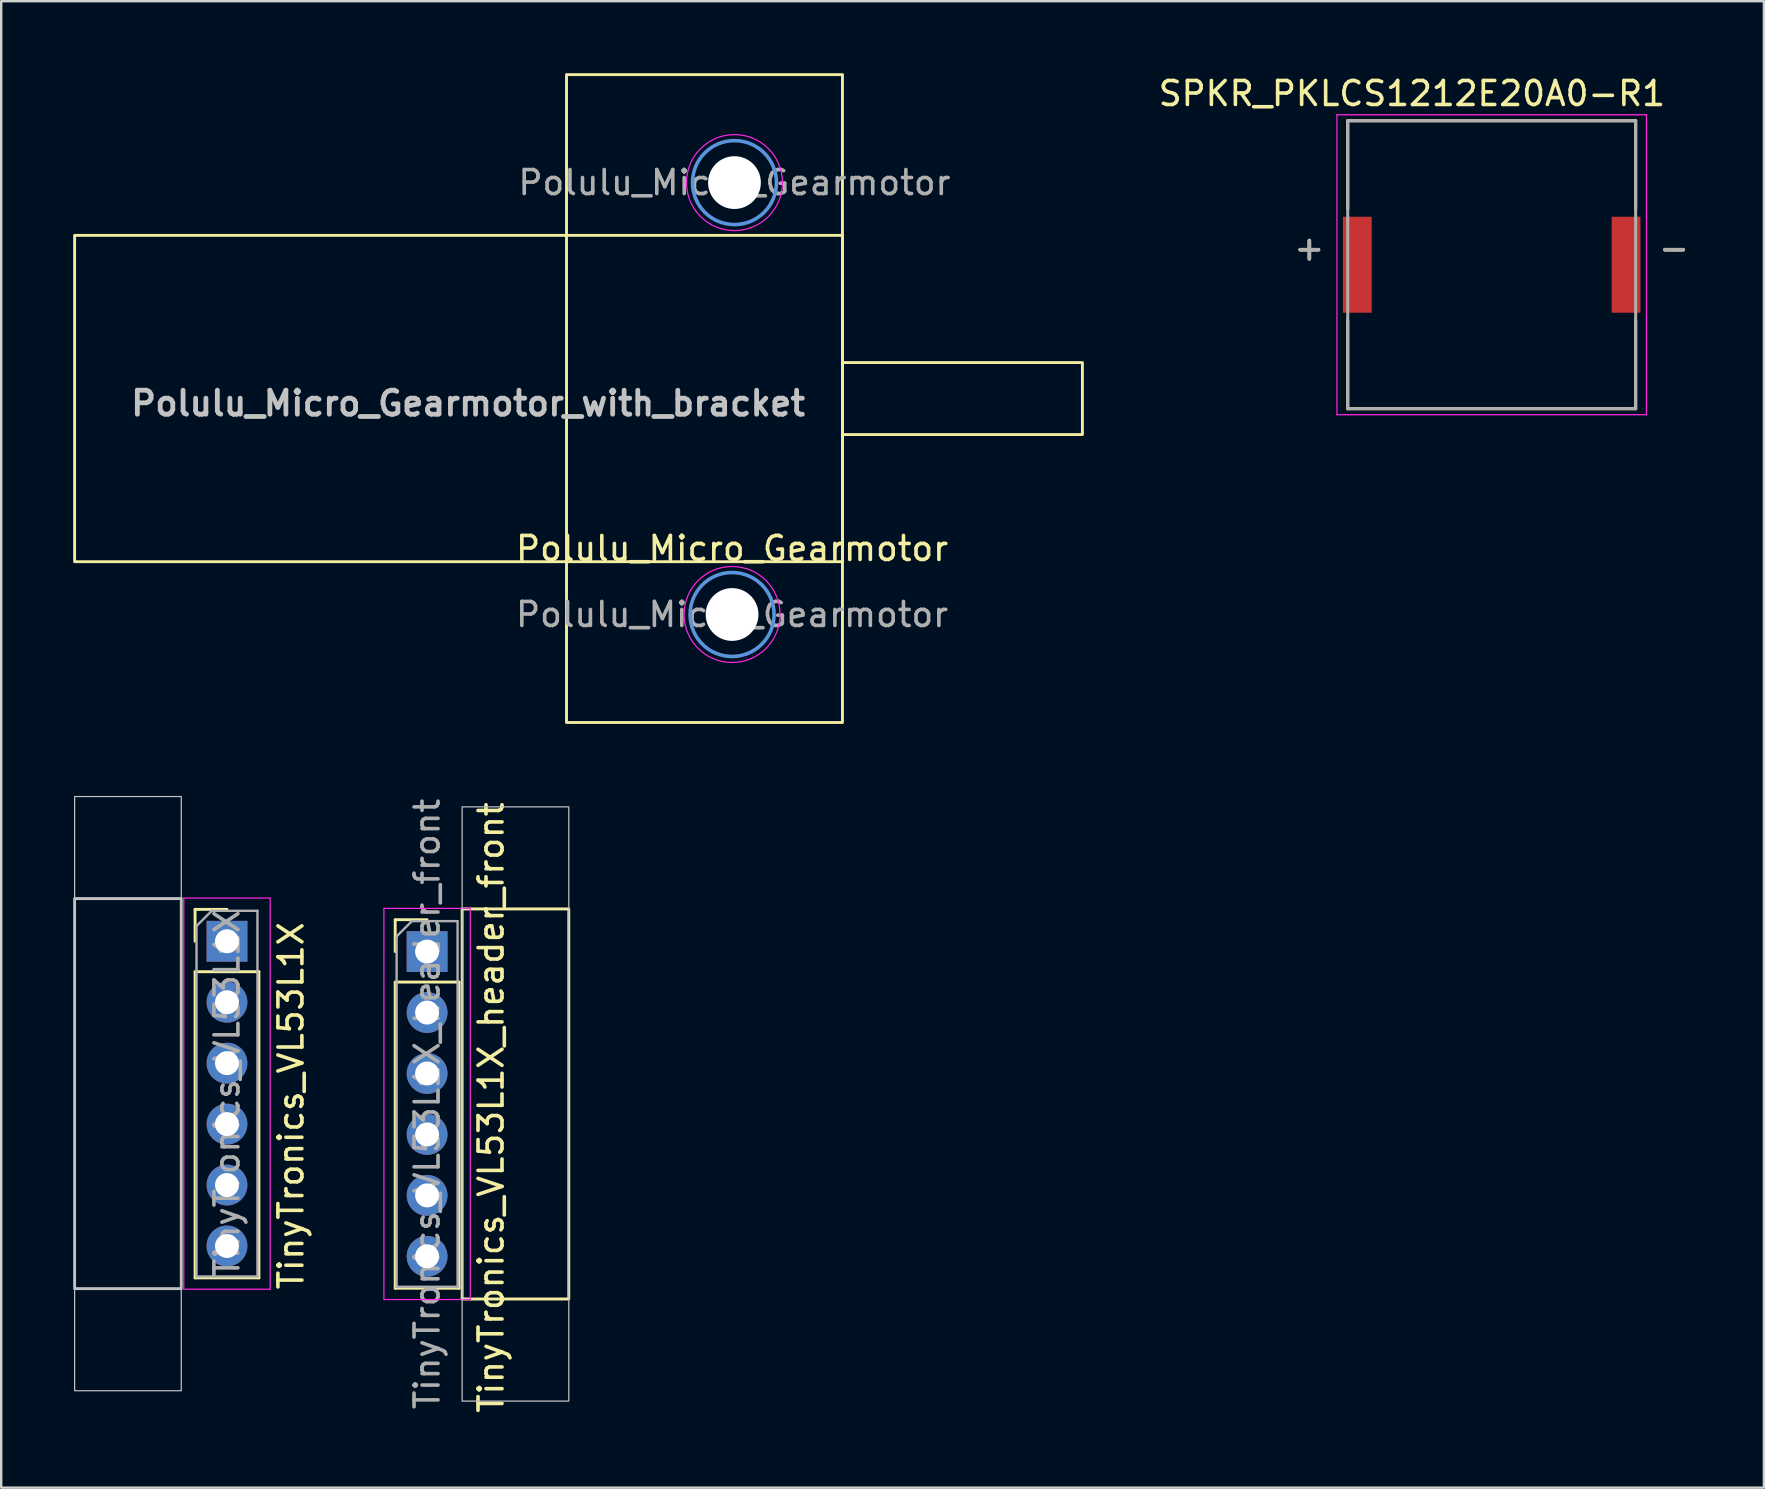
<source format=kicad_pcb>
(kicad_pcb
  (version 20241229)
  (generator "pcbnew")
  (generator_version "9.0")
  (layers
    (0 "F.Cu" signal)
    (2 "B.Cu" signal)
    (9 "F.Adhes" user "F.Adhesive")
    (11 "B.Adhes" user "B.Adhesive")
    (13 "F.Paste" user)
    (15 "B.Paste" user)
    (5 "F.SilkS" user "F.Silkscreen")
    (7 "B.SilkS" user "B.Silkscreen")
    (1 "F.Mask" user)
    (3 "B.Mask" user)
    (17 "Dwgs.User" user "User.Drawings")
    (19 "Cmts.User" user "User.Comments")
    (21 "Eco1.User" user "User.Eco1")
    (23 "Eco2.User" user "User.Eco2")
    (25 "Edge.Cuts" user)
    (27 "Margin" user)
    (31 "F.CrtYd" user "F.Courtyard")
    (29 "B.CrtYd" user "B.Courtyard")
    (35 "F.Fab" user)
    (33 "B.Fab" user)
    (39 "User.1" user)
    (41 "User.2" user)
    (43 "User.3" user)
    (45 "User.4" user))
  (footprint "TinyTronics_VL53L1X_header_front"
    (layer "F.Cu")
    (at 14.75 36.609)
    (property "Reference" "TinyTronics_VL53L1X_header_front" (at 2.667 6.5 90) (layer "F.SilkS") (effects (font (size 1 1) (thickness 0.15))))
    (attr through_hole)
    (fp_line (start -1.33 -1.33) (end 0 -1.33) (stroke (width 0.12) (type solid)) (layer "F.SilkS"))
    (fp_line (start -1.33 0) (end -1.33 -1.33) (stroke (width 0.12) (type solid)) (layer "F.SilkS"))
    (fp_line (start -1.33 1.27) (end -1.33 14.03) (stroke (width 0.12) (type solid)) (layer "F.SilkS"))
    (fp_line (start -1.33 1.27) (end 1.33 1.27) (stroke (width 0.12) (type solid)) (layer "F.SilkS"))
    (fp_line (start -1.33 14.03) (end 1.33 14.03) (stroke (width 0.12) (type solid)) (layer "F.SilkS"))
    (fp_line (start 1.33 1.27) (end 1.33 14.03) (stroke (width 0.12) (type solid)) (layer "F.SilkS"))
    (fp_rect (start 5.905 -1.778) (end 1.46 14.478) (stroke (width 0.12) (type solid)) (fill no) (layer "F.SilkS"))
    (fp_rect (start 1.46 -6.032) (end 5.905 18.733) (stroke (width 0.051) (type solid)) (fill no) (layer "Dwgs.User"))
    (fp_line (start -1.8 -1.8) (end -1.8 14.5) (stroke (width 0.05) (type solid)) (layer "F.CrtYd"))
    (fp_line (start -1.8 14.5) (end 1.8 14.5) (stroke (width 0.05) (type solid)) (layer "F.CrtYd"))
    (fp_line (start 1.8 -1.8) (end -1.8 -1.8) (stroke (width 0.05) (type solid)) (layer "F.CrtYd"))
    (fp_line (start 1.8 14.5) (end 1.8 -1.8) (stroke (width 0.05) (type solid)) (layer "F.CrtYd"))
    (fp_line (start -1.27 -0.635) (end -0.635 -1.27) (stroke (width 0.1) (type solid)) (layer "F.Fab"))
    (fp_line (start -1.27 13.97) (end -1.27 -0.635) (stroke (width 0.1) (type solid)) (layer "F.Fab"))
    (fp_line (start -0.635 -1.27) (end 1.27 -1.27) (stroke (width 0.1) (type solid)) (layer "F.Fab"))
    (fp_line (start 1.27 -1.27) (end 1.27 13.97) (stroke (width 0.1) (type solid)) (layer "F.Fab"))
    (fp_line (start 1.27 13.97) (end -1.27 13.97) (stroke (width 0.1) (type solid)) (layer "F.Fab"))
    (fp_text user "${REFERENCE}" (at 0 6.35 90) (layer "F.Fab") (effects (font (size 1 1) (thickness 0.15))))
    (pad "1" thru_hole rect (at 0 0) (size 1.7 1.7) (drill 1) (layers "*.Cu" "*.Mask"))
    (pad "2" thru_hole oval (at 0 2.54) (size 1.7 1.7) (drill 1) (layers "*.Cu" "*.Mask"))
    (pad "3" thru_hole oval (at 0 5.08) (size 1.7 1.7) (drill 1) (layers "*.Cu" "*.Mask"))
    (pad "4" thru_hole oval (at 0 7.62) (size 1.7 1.7) (drill 1) (layers "*.Cu" "*.Mask"))
    (pad "5" thru_hole oval (at 0 10.16) (size 1.7 1.7) (drill 1) (layers "*.Cu" "*.Mask"))
    (pad "6" thru_hole oval (at 0 12.7) (size 1.7 1.7) (drill 1) (layers "*.Cu" "*.Mask")))
  (footprint "TinyTronics_VL53L1X"
    (layer "F.Cu")
    (at 6.41 36.178)
    (property "Reference" "TinyTronics_VL53L1X" (at 2.667 6.858 90) (layer "F.SilkS") (effects (font (size 1 1) (thickness 0.15))))
    (attr through_hole)
    (fp_line (start -1.33 -1.33) (end 0 -1.33) (stroke (width 0.12) (type solid)) (layer "F.SilkS"))
    (fp_line (start -1.33 0) (end -1.33 -1.33) (stroke (width 0.12) (type solid)) (layer "F.SilkS"))
    (fp_line (start -1.33 1.27) (end -1.33 14.03) (stroke (width 0.12) (type solid)) (layer "F.SilkS"))
    (fp_line (start -1.33 1.27) (end 1.33 1.27) (stroke (width 0.12) (type solid)) (layer "F.SilkS"))
    (fp_line (start -1.33 14.03) (end 1.33 14.03) (stroke (width 0.12) (type solid)) (layer "F.SilkS"))
    (fp_line (start 1.33 1.27) (end 1.33 14.03) (stroke (width 0.12) (type solid)) (layer "F.SilkS"))
    (fp_rect (start -6.35 -6.032) (end -1.905 18.733) (stroke (width 0.051) (type solid)) (fill no) (layer "Dwgs.User"))
    (fp_rect (start -1.905 -1.778) (end -6.35 14.478) (stroke (width 0.12) (type solid)) (fill no) (layer "Dwgs.User"))
    (fp_line (start -1.8 -1.8) (end -1.8 14.5) (stroke (width 0.05) (type solid)) (layer "F.CrtYd"))
    (fp_line (start -1.8 14.5) (end 1.8 14.5) (stroke (width 0.05) (type solid)) (layer "F.CrtYd"))
    (fp_line (start 1.8 -1.8) (end -1.8 -1.8) (stroke (width 0.05) (type solid)) (layer "F.CrtYd"))
    (fp_line (start 1.8 14.5) (end 1.8 -1.8) (stroke (width 0.05) (type solid)) (layer "F.CrtYd"))
    (fp_line (start -1.27 -0.635) (end -0.635 -1.27) (stroke (width 0.1) (type solid)) (layer "F.Fab"))
    (fp_line (start -1.27 13.97) (end -1.27 -0.635) (stroke (width 0.1) (type solid)) (layer "F.Fab"))
    (fp_line (start -0.635 -1.27) (end 1.27 -1.27) (stroke (width 0.1) (type solid)) (layer "F.Fab"))
    (fp_line (start 1.27 -1.27) (end 1.27 13.97) (stroke (width 0.1) (type solid)) (layer "F.Fab"))
    (fp_line (start 1.27 13.97) (end -1.27 13.97) (stroke (width 0.1) (type solid)) (layer "F.Fab"))
    (fp_text user "${REFERENCE}" (at 0 6.35 90) (layer "F.Fab") (effects (font (size 1 1) (thickness 0.15))))
    (pad "1" thru_hole rect (at 0 0) (size 1.7 1.7) (drill 1) (layers "*.Cu" "*.Mask"))
    (pad "2" thru_hole oval (at 0 2.54) (size 1.7 1.7) (drill 1) (layers "*.Cu" "*.Mask"))
    (pad "3" thru_hole oval (at 0 5.08) (size 1.7 1.7) (drill 1) (layers "*.Cu" "*.Mask"))
    (pad "4" thru_hole oval (at 0 7.62) (size 1.7 1.7) (drill 1) (layers "*.Cu" "*.Mask"))
    (pad "5" thru_hole oval (at 0 10.16) (size 1.7 1.7) (drill 1) (layers "*.Cu" "*.Mask"))
    (pad "6" thru_hole oval (at 0 12.7) (size 1.7 1.7) (drill 1) (layers "*.Cu" "*.Mask")))
  (footprint "Polulu_Micro_Gearmotor"
    (layer "F.Cu")
    (at 20.56 13.56)
    (property "Reference" "Polulu_Micro_Gearmotor" (at 6.9 6.25 0) (layer "F.SilkS") (effects (font (size 1 1) (thickness 0.15))))
    (attr exclude_from_pos_files exclude_from_bom)
    (fp_rect (start -20.5 6.8) (end 11.5 -6.8) (stroke (width 0.12) (type solid)) (fill no) (layer "F.SilkS"))
    (fp_rect (start 0 -13.5) (end 11.5 13.5) (stroke (width 0.12) (type solid)) (fill no) (layer "F.SilkS"))
    (fp_rect (start 11.5 -1.5) (end 21.5 1.5) (stroke (width 0.12) (type solid)) (fill no) (layer "F.SilkS"))
    (fp_circle (center 6.9 9) (end 8.65 9) (stroke (width 0.15) (type solid)) (fill no) (layer "Cmts.User"))
    (fp_circle (center 7 -9) (end 8.75 -9) (stroke (width 0.15) (type solid)) (fill no) (layer "Cmts.User"))
    (fp_circle (center 6.9 9) (end 8.9 9) (stroke (width 0.05) (type solid)) (fill no) (layer "F.CrtYd"))
    (fp_circle (center 7 -9) (end 9 -9) (stroke (width 0.05) (type solid)) (fill no) (layer "F.CrtYd"))
    (fp_text user "Polulu_Micro_Gearmotor_with_bracket" (at -4.1 0.2 0) (unlocked yes) (layer "Dwgs.User") (effects (font (size 1 1) (thickness 0.2))))
    (fp_text user "${REFERENCE}" (at 6.9 9 0) (layer "F.Fab") (effects (font (size 1 1) (thickness 0.15))))
    (fp_text user "${REFERENCE}" (at 7 -9 0) (layer "F.Fab") (effects (font (size 1 1) (thickness 0.15))))
    (pad "" np_thru_hole circle (at 6.9 9) (size 2.2 2.2) (drill 2.2) (layers "*.Cu" "*.Mask"))
    (pad "" np_thru_hole circle (at 7 -9) (size 2.2 2.2) (drill 2.2) (layers "*.Cu" "*.Mask")))
  (footprint "SPKR_PKLCS1212E20A0-R1"
    (layer "F.Cu")
    (at 59.118 7.983)
    (property "Reference" "SPKR_PKLCS1212E20A0-R1" (at -3.325 -7.135 0) (layer "F.SilkS") (effects (font (size 1 1) (thickness 0.15))))
    (attr smd)
    (fp_line (start -6 -6) (end -6 -2.32) (stroke (width 0.127) (type solid)) (layer "F.SilkS"))
    (fp_line (start -6 -6) (end 6 -6) (stroke (width 0.127) (type solid)) (layer "F.SilkS"))
    (fp_line (start -6 6) (end -6 2.32) (stroke (width 0.127) (type solid)) (layer "F.SilkS"))
    (fp_line (start -6 6) (end 6 6) (stroke (width 0.127) (type solid)) (layer "F.SilkS"))
    (fp_line (start 6 -6) (end 6 -2.32) (stroke (width 0.127) (type solid)) (layer "F.SilkS"))
    (fp_line (start 6 6) (end 6 2.32) (stroke (width 0.127) (type solid)) (layer "F.SilkS"))
    (fp_line (start -6.45 -6.25) (end 6.45 -6.25) (stroke (width 0.05) (type solid)) (layer "F.CrtYd"))
    (fp_line (start -6.45 6.25) (end -6.45 -6.25) (stroke (width 0.05) (type solid)) (layer "F.CrtYd"))
    (fp_line (start 6.45 -6.25) (end 6.45 6.25) (stroke (width 0.05) (type solid)) (layer "F.CrtYd"))
    (fp_line (start 6.45 6.25) (end -6.45 6.25) (stroke (width 0.05) (type solid)) (layer "F.CrtYd"))
    (fp_line (start -6 -6) (end 6 -6) (stroke (width 0.127) (type solid)) (layer "F.Fab"))
    (fp_line (start -6 6) (end -6 -6) (stroke (width 0.127) (type solid)) (layer "F.Fab"))
    (fp_line (start 6 -6) (end 6 6) (stroke (width 0.127) (type solid)) (layer "F.Fab"))
    (fp_line (start 6 6) (end -6 6) (stroke (width 0.127) (type solid)) (layer "F.Fab"))
    (fp_text user "-" (at 7.6 -0.7 0) (layer "F.SilkS") (effects (font (size 1 1) (thickness 0.15))))
    (fp_text user "+" (at -7.6 -0.7 0) (layer "F.SilkS") (effects (font (size 1 1) (thickness 0.15))))
    (fp_text user "-" (at 7.6 -0.7 0) (layer "F.Fab") (effects (font (size 1 1) (thickness 0.15))))
    (fp_text user "+" (at -7.6 -0.7 0) (layer "F.Fab") (effects (font (size 1 1) (thickness 0.15))))
    (pad "N" smd rect (at 5.6 0) (size 1.2 4) (layers "F.Cu" "F.Mask" "F.Paste"))
    (pad "P" smd rect (at -5.6 0) (size 1.2 4) (layers "F.Cu" "F.Mask" "F.Paste")))
  (gr_rect
    (start -3 -3)
    (end 70.462 58.949)
    (stroke (width 0.1) (type default))
    (fill no)
    (layer "Edge.Cuts")))
</source>
